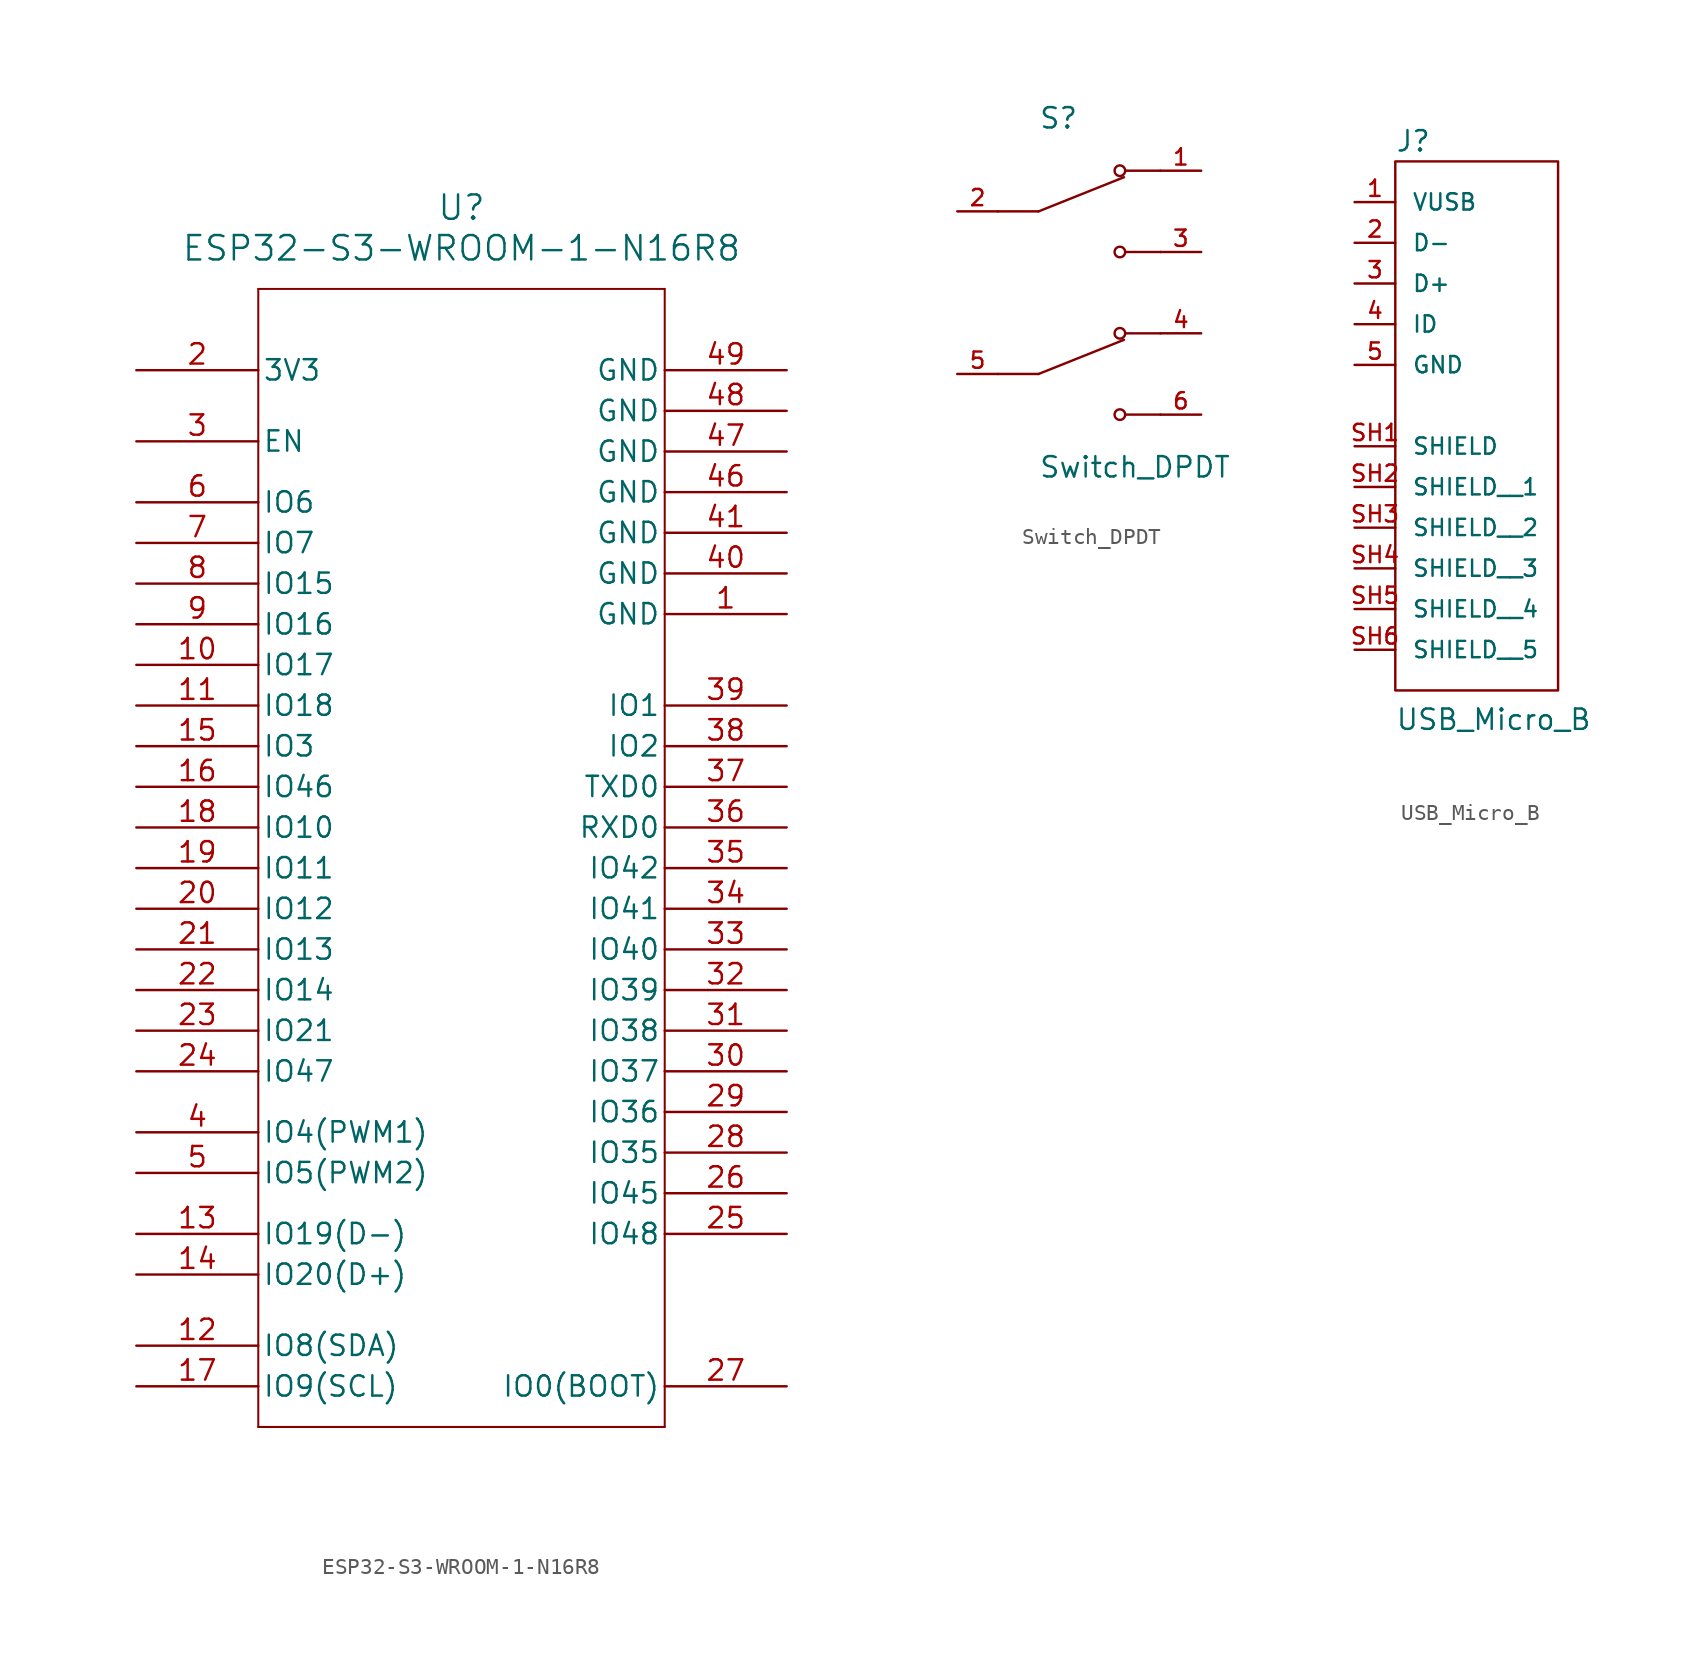
<source format=kicad_sym>
(kicad_symbol_lib
  (version 20220914)
  (generator kicad_symbol_editor)
  (symbol "ESP32-S3-WROOM-1-N16R8"
    (pin_names
      (offset 0.254))
    (property "Reference" "U"
      (at 20.32 10.16 0)
      (effects (font (size 1.524 1.524))))
    (property "Value" "ESP32-S3-WROOM-1-N16R8"
      (at 20.32 7.62 0)
      (effects (font (size 1.524 1.524))))
    (property "ki_locked" ""
      (at 0 0 0)
      (effects (font (size 1.27 1.27))))
    (symbol "ESP32-S3-WROOM-1-N16R8_0_1"
      (polyline (pts (xy 7.62 -66.04) (xy 33.02 -66.04)) (stroke (width 0.127) (type default)) (fill (type none)))
      (polyline (pts (xy 7.62 5.08) (xy 7.62 -66.04)) (stroke (width 0.127) (type default)) (fill (type none)))
      (polyline (pts (xy 33.02 -66.04) (xy 33.02 5.08)) (stroke (width 0.127) (type default)) (fill (type none)))
      (polyline (pts (xy 33.02 5.08) (xy 7.62 5.08)) (stroke (width 0.127) (type default)) (fill (type none)))
      (pin power_out line (at 40.64 -15.24 180) (length 7.62) (name "GND" (effects (font (size 1.27 1.27)))) (number "1" (effects (font (size 1.27 1.27)))))
      (pin bidirectional line (at 0 -18.415 0) (length 7.62) (name "IO17" (effects (font (size 1.27 1.27)))) (number "10" (effects (font (size 1.27 1.27)))))
      (pin bidirectional line (at 0 -20.955 0) (length 7.62) (name "IO18" (effects (font (size 1.27 1.27)))) (number "11" (effects (font (size 1.27 1.27)))))
      (pin bidirectional line (at 0 -23.495 0) (length 7.62) (name "IO3" (effects (font (size 1.27 1.27)))) (number "15" (effects (font (size 1.27 1.27)))))
      (pin bidirectional line (at 0 -26.035 0) (length 7.62) (name "IO46" (effects (font (size 1.27 1.27)))) (number "16" (effects (font (size 1.27 1.27)))))
      (pin bidirectional line (at 0 -28.575 0) (length 7.62) (name "IO10" (effects (font (size 1.27 1.27)))) (number "18" (effects (font (size 1.27 1.27)))))
      (pin bidirectional line (at 0 -31.115 0) (length 7.62) (name "IO11" (effects (font (size 1.27 1.27)))) (number "19" (effects (font (size 1.27 1.27)))))
      (pin power_in line (at 0 0 0) (length 7.62) (name "3V3" (effects (font (size 1.27 1.27)))) (number "2" (effects (font (size 1.27 1.27)))))
      (pin bidirectional line (at 0 -33.655 0) (length 7.62) (name "IO12" (effects (font (size 1.27 1.27)))) (number "20" (effects (font (size 1.27 1.27)))))
      (pin bidirectional line (at 0 -36.195 0) (length 7.62) (name "IO13" (effects (font (size 1.27 1.27)))) (number "21" (effects (font (size 1.27 1.27)))))
      (pin bidirectional line (at 0 -38.735 0) (length 7.62) (name "IO14" (effects (font (size 1.27 1.27)))) (number "22" (effects (font (size 1.27 1.27)))))
      (pin bidirectional line (at 0 -41.275 0) (length 7.62) (name "IO21" (effects (font (size 1.27 1.27)))) (number "23" (effects (font (size 1.27 1.27)))))
      (pin bidirectional line (at 0 -43.815 0) (length 7.62) (name "IO47" (effects (font (size 1.27 1.27)))) (number "24" (effects (font (size 1.27 1.27)))))
      (pin bidirectional line (at 40.64 -53.975 180) (length 7.62) (name "IO48" (effects (font (size 1.27 1.27)))) (number "25" (effects (font (size 1.27 1.27)))))
      (pin bidirectional line (at 40.64 -51.435 180) (length 7.62) (name "IO45" (effects (font (size 1.27 1.27)))) (number "26" (effects (font (size 1.27 1.27)))))
      (pin bidirectional line (at 40.64 -48.895 180) (length 7.62) (name "IO35" (effects (font (size 1.27 1.27)))) (number "28" (effects (font (size 1.27 1.27)))))
      (pin bidirectional line (at 40.64 -46.355 180) (length 7.62) (name "IO36" (effects (font (size 1.27 1.27)))) (number "29" (effects (font (size 1.27 1.27)))))
      (pin input line (at 0 -4.445 0) (length 7.62) (name "EN" (effects (font (size 1.27 1.27)))) (number "3" (effects (font (size 1.27 1.27)))))
      (pin bidirectional line (at 40.64 -43.815 180) (length 7.62) (name "IO37" (effects (font (size 1.27 1.27)))) (number "30" (effects (font (size 1.27 1.27)))))
      (pin bidirectional line (at 40.64 -41.275 180) (length 7.62) (name "IO38" (effects (font (size 1.27 1.27)))) (number "31" (effects (font (size 1.27 1.27)))))
      (pin bidirectional line (at 40.64 -38.735 180) (length 7.62) (name "IO39" (effects (font (size 1.27 1.27)))) (number "32" (effects (font (size 1.27 1.27)))))
      (pin bidirectional line (at 40.64 -36.195 180) (length 7.62) (name "IO40" (effects (font (size 1.27 1.27)))) (number "33" (effects (font (size 1.27 1.27)))))
      (pin bidirectional line (at 40.64 -33.655 180) (length 7.62) (name "IO41" (effects (font (size 1.27 1.27)))) (number "34" (effects (font (size 1.27 1.27)))))
      (pin bidirectional line (at 40.64 -31.115 180) (length 7.62) (name "IO42" (effects (font (size 1.27 1.27)))) (number "35" (effects (font (size 1.27 1.27)))))
      (pin bidirectional line (at 40.64 -28.575 180) (length 7.62) (name "RXD0" (effects (font (size 1.27 1.27)))) (number "36" (effects (font (size 1.27 1.27)))))
      (pin bidirectional line (at 40.64 -26.035 180) (length 7.62) (name "TXD0" (effects (font (size 1.27 1.27)))) (number "37" (effects (font (size 1.27 1.27)))))
      (pin bidirectional line (at 40.64 -23.495 180) (length 7.62) (name "IO2" (effects (font (size 1.27 1.27)))) (number "38" (effects (font (size 1.27 1.27)))))
      (pin bidirectional line (at 40.64 -20.955 180) (length 7.62) (name "IO1" (effects (font (size 1.27 1.27)))) (number "39" (effects (font (size 1.27 1.27)))))
      (pin power_out line (at 40.64 -12.7 180) (length 7.62) (name "GND" (effects (font (size 1.27 1.27)))) (number "40" (effects (font (size 1.27 1.27)))))
      (pin power_out line (at 40.64 -10.16 180) (length 7.62) (name "GND" (effects (font (size 1.27 1.27)))) (number "41" (effects (font (size 1.27 1.27)))))
      (pin power_out line (at 40.64 -7.62 180) (length 7.62) (name "GND" (effects (font (size 1.27 1.27)))) (number "46" (effects (font (size 1.27 1.27)))))
      (pin power_out line (at 40.64 -5.08 180) (length 7.62) (name "GND" (effects (font (size 1.27 1.27)))) (number "47" (effects (font (size 1.27 1.27)))))
      (pin power_out line (at 40.64 -2.54 180) (length 7.62) (name "GND" (effects (font (size 1.27 1.27)))) (number "48" (effects (font (size 1.27 1.27)))))
      (pin power_out line (at 40.64 0 180) (length 7.62) (name "GND" (effects (font (size 1.27 1.27)))) (number "49" (effects (font (size 1.27 1.27)))))
      (pin bidirectional line (at 0 -8.255 0) (length 7.62) (name "IO6" (effects (font (size 1.27 1.27)))) (number "6" (effects (font (size 1.27 1.27)))))
      (pin bidirectional line (at 0 -10.795 0) (length 7.62) (name "IO7" (effects (font (size 1.27 1.27)))) (number "7" (effects (font (size 1.27 1.27)))))
      (pin bidirectional line (at 0 -13.335 0) (length 7.62) (name "IO15" (effects (font (size 1.27 1.27)))) (number "8" (effects (font (size 1.27 1.27)))))
      (pin bidirectional line (at 0 -15.875 0) (length 7.62) (name "IO16" (effects (font (size 1.27 1.27)))) (number "9" (effects (font (size 1.27 1.27))))))
    (symbol "ESP32-S3-WROOM-1-N16R8_1_1"
      (pin bidirectional line (at 0 -60.96 0) (length 7.62) (name "IO8(SDA)" (effects (font (size 1.27 1.27)))) (number "12" (effects (font (size 1.27 1.27)))))
      (pin bidirectional line (at 0 -53.975 0) (length 7.62) (name "IO19(D-)" (effects (font (size 1.27 1.27)))) (number "13" (effects (font (size 1.27 1.27)))))
      (pin bidirectional line (at 0 -56.515 0) (length 7.62) (name "IO20(D+)" (effects (font (size 1.27 1.27)))) (number "14" (effects (font (size 1.27 1.27)))))
      (pin bidirectional line (at 0 -63.5 0) (length 7.62) (name "IO9(SCL)" (effects (font (size 1.27 1.27)))) (number "17" (effects (font (size 1.27 1.27)))))
      (pin bidirectional line (at 40.64 -63.5 180) (length 7.62) (name "IO0(BOOT)" (effects (font (size 1.27 1.27)))) (number "27" (effects (font (size 1.27 1.27)))))
      (pin bidirectional line (at 0 -47.625 0) (length 7.62) (name "IO4(PWM1)" (effects (font (size 1.27 1.27)))) (number "4" (effects (font (size 1.27 1.27)))))
      (pin bidirectional line (at 0 -50.165 0) (length 7.62) (name "IO5(PWM2)" (effects (font (size 1.27 1.27)))) (number "5" (effects (font (size 1.27 1.27)))))))
  (symbol "Switch_DPDT"
    (pin_names
      (offset 1.016))
    (property "Reference" "S"
      (at -2.54 10.16 0)
      (effects (font (size 1.27 1.27)) (justify left bottom)))
    (property "Value" "Switch_DPDT"
      (at -2.54 -10.16 0)
      (effects (font (size 1.27 1.27)) (justify left top)))
    (symbol "Switch_DPDT_0_0"
      (polyline (pts (xy -2.54 -5.08) (xy -5.08 -5.08)) (stroke (width 0.152) (type default)) (fill (type none)))
      (polyline (pts (xy -2.54 -5.08) (xy 2.794 -2.946)) (stroke (width 0.152) (type default)) (fill (type none)))
      (polyline (pts (xy -2.54 5.08) (xy -5.08 5.08)) (stroke (width 0.152) (type default)) (fill (type none)))
      (polyline (pts (xy -2.54 5.08) (xy 2.794 7.214)) (stroke (width 0.152) (type default)) (fill (type none)))
      (polyline (pts (xy 5.08 -7.62) (xy 2.921 -7.62)) (stroke (width 0.152) (type default)) (fill (type none)))
      (polyline (pts (xy 5.08 -2.54) (xy 2.921 -2.54)) (stroke (width 0.152) (type default)) (fill (type none)))
      (polyline (pts (xy 5.08 2.54) (xy 2.921 2.54)) (stroke (width 0.152) (type default)) (fill (type none)))
      (polyline (pts (xy 5.08 7.62) (xy 2.921 7.62)) (stroke (width 0.152) (type default)) (fill (type none)))
      (circle (center 2.54 -7.62) (radius 0.33) (stroke (width 0.152) (type default)) (fill (type none)))
      (circle (center 2.54 -2.54) (radius 0.33) (stroke (width 0.152) (type default)) (fill (type none)))
      (circle (center 2.54 2.54) (radius 0.33) (stroke (width 0.152) (type default)) (fill (type none)))
      (circle (center 2.54 7.62) (radius 0.33) (stroke (width 0.152) (type default)) (fill (type none)))
      (pin passive line (at 7.62 7.62 180) (length 2.54) (name "~" (effects (font (size 1.016 1.016)))) (number "1" (effects (font (size 1.016 1.016)))))
      (pin passive line (at -7.62 5.08 0) (length 2.54) (name "~" (effects (font (size 1.016 1.016)))) (number "2" (effects (font (size 1.016 1.016)))))
      (pin passive line (at 7.62 2.54 180) (length 2.54) (name "~" (effects (font (size 1.016 1.016)))) (number "3" (effects (font (size 1.016 1.016)))))
      (pin passive line (at 7.62 -2.54 180) (length 2.54) (name "~" (effects (font (size 1.016 1.016)))) (number "4" (effects (font (size 1.016 1.016)))))
      (pin passive line (at -7.62 -5.08 0) (length 2.54) (name "~" (effects (font (size 1.016 1.016)))) (number "5" (effects (font (size 1.016 1.016)))))
      (pin passive line (at 7.62 -7.62 180) (length 2.54) (name "~" (effects (font (size 1.016 1.016)))) (number "6" (effects (font (size 1.016 1.016)))))))
  (symbol "USB_Micro_B"
    (pin_names
      (offset 1.016))
    (property "Reference" "J"
      (at -5.086 10.681 0)
      (effects (font (size 1.27 1.27)) (justify left bottom)))
    (property "Value" "USB_Micro_B"
      (at -5.088 -25.421 0)
      (effects (font (size 1.27 1.27)) (justify left bottom)))
    (symbol "USB_Micro_B_0_0"
      (pin passive line (at -7.62 7.62 0) (length 2.54) (name "VUSB" (effects (font (size 1.016 1.016)))) (number "1" (effects (font (size 1.016 1.016)))))
      (pin passive line (at -7.62 5.08 0) (length 2.54) (name "D-" (effects (font (size 1.016 1.016)))) (number "2" (effects (font (size 1.016 1.016)))))
      (pin passive line (at -7.62 2.54 0) (length 2.54) (name "D+" (effects (font (size 1.016 1.016)))) (number "3" (effects (font (size 1.016 1.016)))))
      (pin passive line (at -7.62 0 0) (length 2.54) (name "ID" (effects (font (size 1.016 1.016)))) (number "4" (effects (font (size 1.016 1.016)))))
      (pin passive line (at -7.62 -2.54 0) (length 2.54) (name "GND" (effects (font (size 1.016 1.016)))) (number "5" (effects (font (size 1.016 1.016)))))
      (pin passive line (at -7.62 -7.62 0) (length 2.54) (name "SHIELD" (effects (font (size 1.016 1.016)))) (number "SH1" (effects (font (size 1.016 1.016)))))
      (pin passive line (at -7.62 -10.16 0) (length 2.54) (name "SHIELD__1" (effects (font (size 1.016 1.016)))) (number "SH2" (effects (font (size 1.016 1.016)))))
      (pin passive line (at -7.62 -12.7 0) (length 2.54) (name "SHIELD__2" (effects (font (size 1.016 1.016)))) (number "SH3" (effects (font (size 1.016 1.016)))))
      (pin passive line (at -7.62 -15.24 0) (length 2.54) (name "SHIELD__3" (effects (font (size 1.016 1.016)))) (number "SH4" (effects (font (size 1.016 1.016)))))
      (pin passive line (at -7.62 -17.78 0) (length 2.54) (name "SHIELD__4" (effects (font (size 1.016 1.016)))) (number "SH5" (effects (font (size 1.016 1.016)))))
      (pin passive line (at -7.62 -20.32 0) (length 2.54) (name "SHIELD__5" (effects (font (size 1.016 1.016)))) (number "SH6" (effects (font (size 1.016 1.016))))))
    (symbol "USB_Micro_B_1_0"
      (rectangle (start -5.08 10.16) (end 5.08 -22.86) (stroke (width 0.152) (type default)) (fill (type none))))))
</source>
